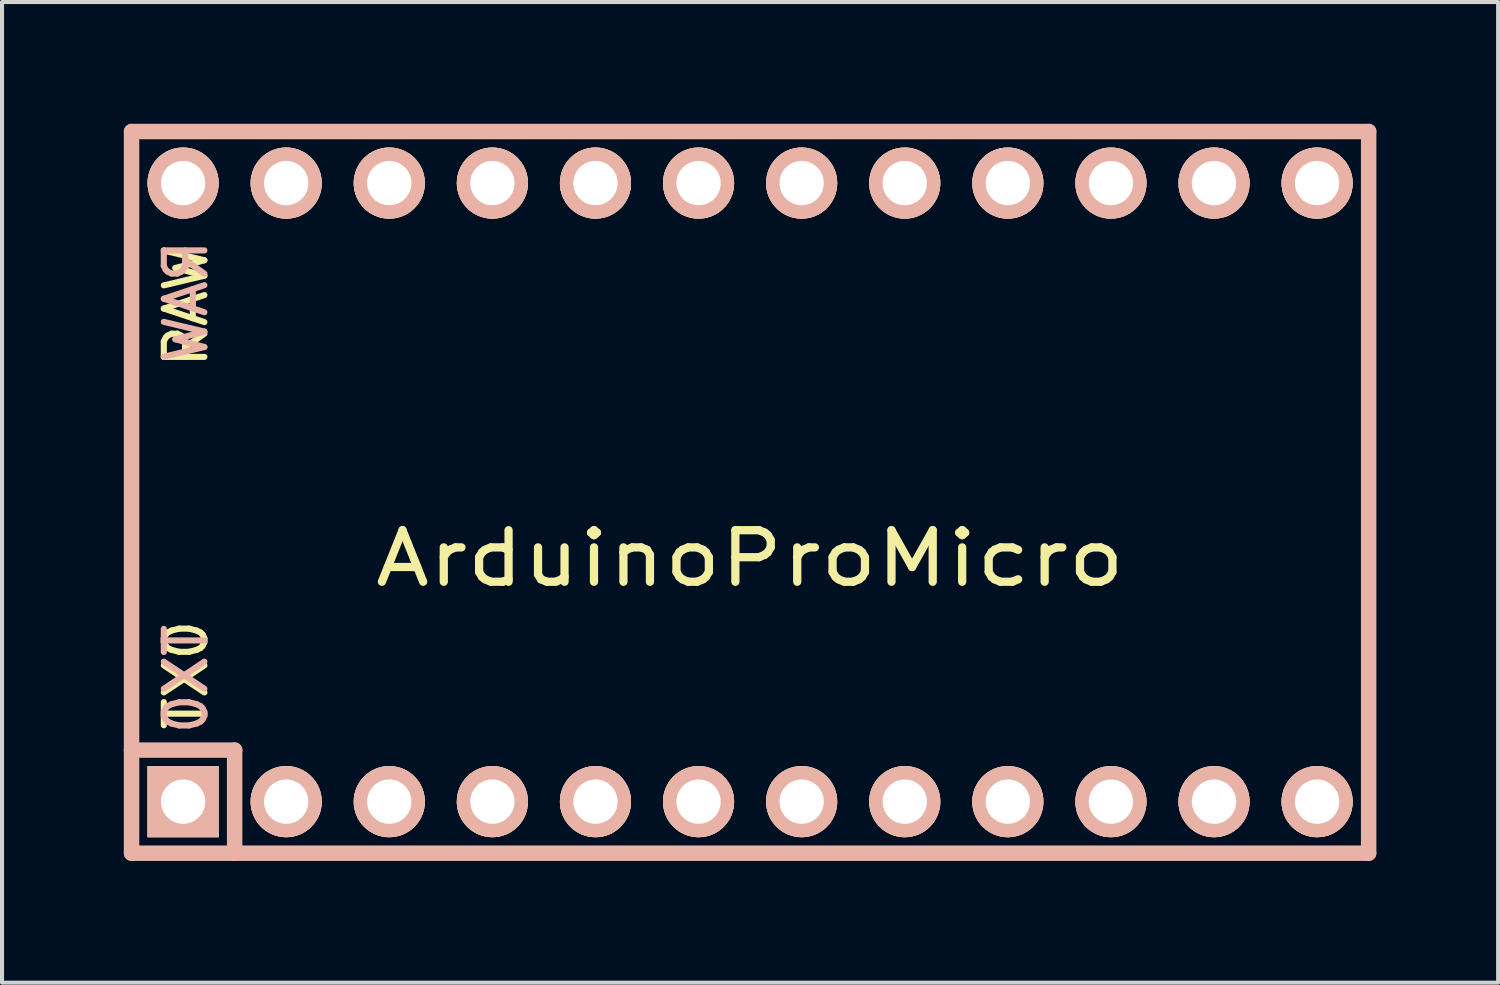
<source format=kicad_pcb>
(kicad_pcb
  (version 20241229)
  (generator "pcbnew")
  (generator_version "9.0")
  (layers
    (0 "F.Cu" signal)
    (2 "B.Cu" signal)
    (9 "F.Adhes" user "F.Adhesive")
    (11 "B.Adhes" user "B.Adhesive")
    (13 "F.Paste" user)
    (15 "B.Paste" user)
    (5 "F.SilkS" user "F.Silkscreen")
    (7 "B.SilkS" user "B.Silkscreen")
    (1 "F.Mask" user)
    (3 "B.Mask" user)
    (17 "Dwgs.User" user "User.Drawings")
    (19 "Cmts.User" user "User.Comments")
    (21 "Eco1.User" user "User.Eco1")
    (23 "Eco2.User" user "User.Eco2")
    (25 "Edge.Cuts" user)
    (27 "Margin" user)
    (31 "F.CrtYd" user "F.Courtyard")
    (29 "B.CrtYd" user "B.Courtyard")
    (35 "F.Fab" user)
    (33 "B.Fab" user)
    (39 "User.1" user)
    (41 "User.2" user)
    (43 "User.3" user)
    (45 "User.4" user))
  (footprint "ArduinoProMicro"
    (layer "F.Cu")
    (at 15.431 9.081)
    (property "Reference" "ArduinoProMicro" (at 0 1.625 0) (layer "F.SilkS") (effects (font (size 1.27 1.524) (thickness 0.203))))
    (attr through_hole exclude_from_bom)
    (fp_line (start -15.24 -8.89) (end -15.24 8.89) (stroke (width 0.381) (type solid)) (layer "B.SilkS"))
    (fp_line (start -15.24 6.35) (end -12.7 6.35) (stroke (width 0.381) (type solid)) (layer "B.SilkS"))
    (fp_line (start -15.24 8.89) (end 15.24 8.89) (stroke (width 0.381) (type solid)) (layer "B.SilkS"))
    (fp_line (start -12.7 6.35) (end -12.7 8.89) (stroke (width 0.381) (type solid)) (layer "B.SilkS"))
    (fp_line (start 15.24 -8.89) (end -15.24 -8.89) (stroke (width 0.381) (type solid)) (layer "B.SilkS"))
    (fp_line (start 15.24 8.89) (end 15.24 -8.89) (stroke (width 0.381) (type solid)) (layer "B.SilkS"))
    (fp_text user "TX0" (at -13.9 4.5 90) (layer "F.SilkS") (effects (font (size 1 1) (thickness 0.15))))
    (fp_text user "RAW" (at -13.9 -4.6 90) (layer "F.SilkS") (effects (font (size 1 1) (thickness 0.15))))
    (fp_text user "RAW" (at -13.9 -4.7 90) (layer "B.SilkS") (effects (font (size 1 1) (thickness 0.15)) (justify mirror)))
    (fp_text user "TX0" (at -13.9 4.6 90) (layer "B.SilkS") (effects (font (size 1 1) (thickness 0.15)) (justify mirror)))
    (pad "1" thru_hole rect (at -13.97 7.62) (size 1.753 1.753) (drill 1.092) (layers "*.Cu" "*.SilkS" "*.Mask"))
    (pad "2" thru_hole circle (at -11.43 7.62) (size 1.753 1.753) (drill 1.092) (layers "*.Cu" "*.SilkS" "*.Mask"))
    (pad "3" thru_hole circle (at -8.89 7.62) (size 1.753 1.753) (drill 1.092) (layers "*.Cu" "*.SilkS" "*.Mask"))
    (pad "4" thru_hole circle (at -6.35 7.62) (size 1.753 1.753) (drill 1.092) (layers "*.Cu" "*.SilkS" "*.Mask"))
    (pad "5" thru_hole circle (at -3.81 7.62) (size 1.753 1.753) (drill 1.092) (layers "*.Cu" "*.SilkS" "*.Mask"))
    (pad "6" thru_hole circle (at -1.27 7.62) (size 1.753 1.753) (drill 1.092) (layers "*.Cu" "*.SilkS" "*.Mask"))
    (pad "7" thru_hole circle (at 1.27 7.62) (size 1.753 1.753) (drill 1.092) (layers "*.Cu" "*.SilkS" "*.Mask"))
    (pad "8" thru_hole circle (at 3.81 7.62) (size 1.753 1.753) (drill 1.092) (layers "*.Cu" "*.SilkS" "*.Mask"))
    (pad "9" thru_hole circle (at 6.35 7.62) (size 1.753 1.753) (drill 1.092) (layers "*.Cu" "*.SilkS" "*.Mask"))
    (pad "10" thru_hole circle (at 8.89 7.62) (size 1.753 1.753) (drill 1.092) (layers "*.Cu" "*.SilkS" "*.Mask"))
    (pad "11" thru_hole circle (at 11.43 7.62) (size 1.753 1.753) (drill 1.092) (layers "*.Cu" "*.SilkS" "*.Mask"))
    (pad "12" thru_hole circle (at 13.97 7.62) (size 1.753 1.753) (drill 1.092) (layers "*.Cu" "*.SilkS" "*.Mask"))
    (pad "13" thru_hole circle (at 13.97 -7.62) (size 1.753 1.753) (drill 1.092) (layers "*.Cu" "*.SilkS" "*.Mask"))
    (pad "14" thru_hole circle (at 11.43 -7.62) (size 1.753 1.753) (drill 1.092) (layers "*.Cu" "*.SilkS" "*.Mask"))
    (pad "15" thru_hole circle (at 8.89 -7.62) (size 1.753 1.753) (drill 1.092) (layers "*.Cu" "*.SilkS" "*.Mask"))
    (pad "16" thru_hole circle (at 6.35 -7.62) (size 1.753 1.753) (drill 1.092) (layers "*.Cu" "*.SilkS" "*.Mask"))
    (pad "17" thru_hole circle (at 3.81 -7.62) (size 1.753 1.753) (drill 1.092) (layers "*.Cu" "*.SilkS" "*.Mask"))
    (pad "18" thru_hole circle (at 1.27 -7.62) (size 1.753 1.753) (drill 1.092) (layers "*.Cu" "*.SilkS" "*.Mask"))
    (pad "19" thru_hole circle (at -1.27 -7.62) (size 1.753 1.753) (drill 1.092) (layers "*.Cu" "*.SilkS" "*.Mask"))
    (pad "20" thru_hole circle (at -3.81 -7.62) (size 1.753 1.753) (drill 1.092) (layers "*.Cu" "*.SilkS" "*.Mask"))
    (pad "21" thru_hole circle (at -6.35 -7.62) (size 1.753 1.753) (drill 1.092) (layers "*.Cu" "*.SilkS" "*.Mask"))
    (pad "22" thru_hole circle (at -8.89 -7.62) (size 1.753 1.753) (drill 1.092) (layers "*.Cu" "*.SilkS" "*.Mask"))
    (pad "23" thru_hole circle (at -11.43 -7.62) (size 1.753 1.753) (drill 1.092) (layers "*.Cu" "*.SilkS" "*.Mask"))
    (pad "24" thru_hole circle (at -13.97 -7.62) (size 1.753 1.753) (drill 1.092) (layers "*.Cu" "*.SilkS" "*.Mask")))
  (gr_rect
    (start -3 -3)
    (end 33.861 21.161)
    (stroke (width 0.1) (type default))
    (fill no)
    (layer "Edge.Cuts")))
</source>
